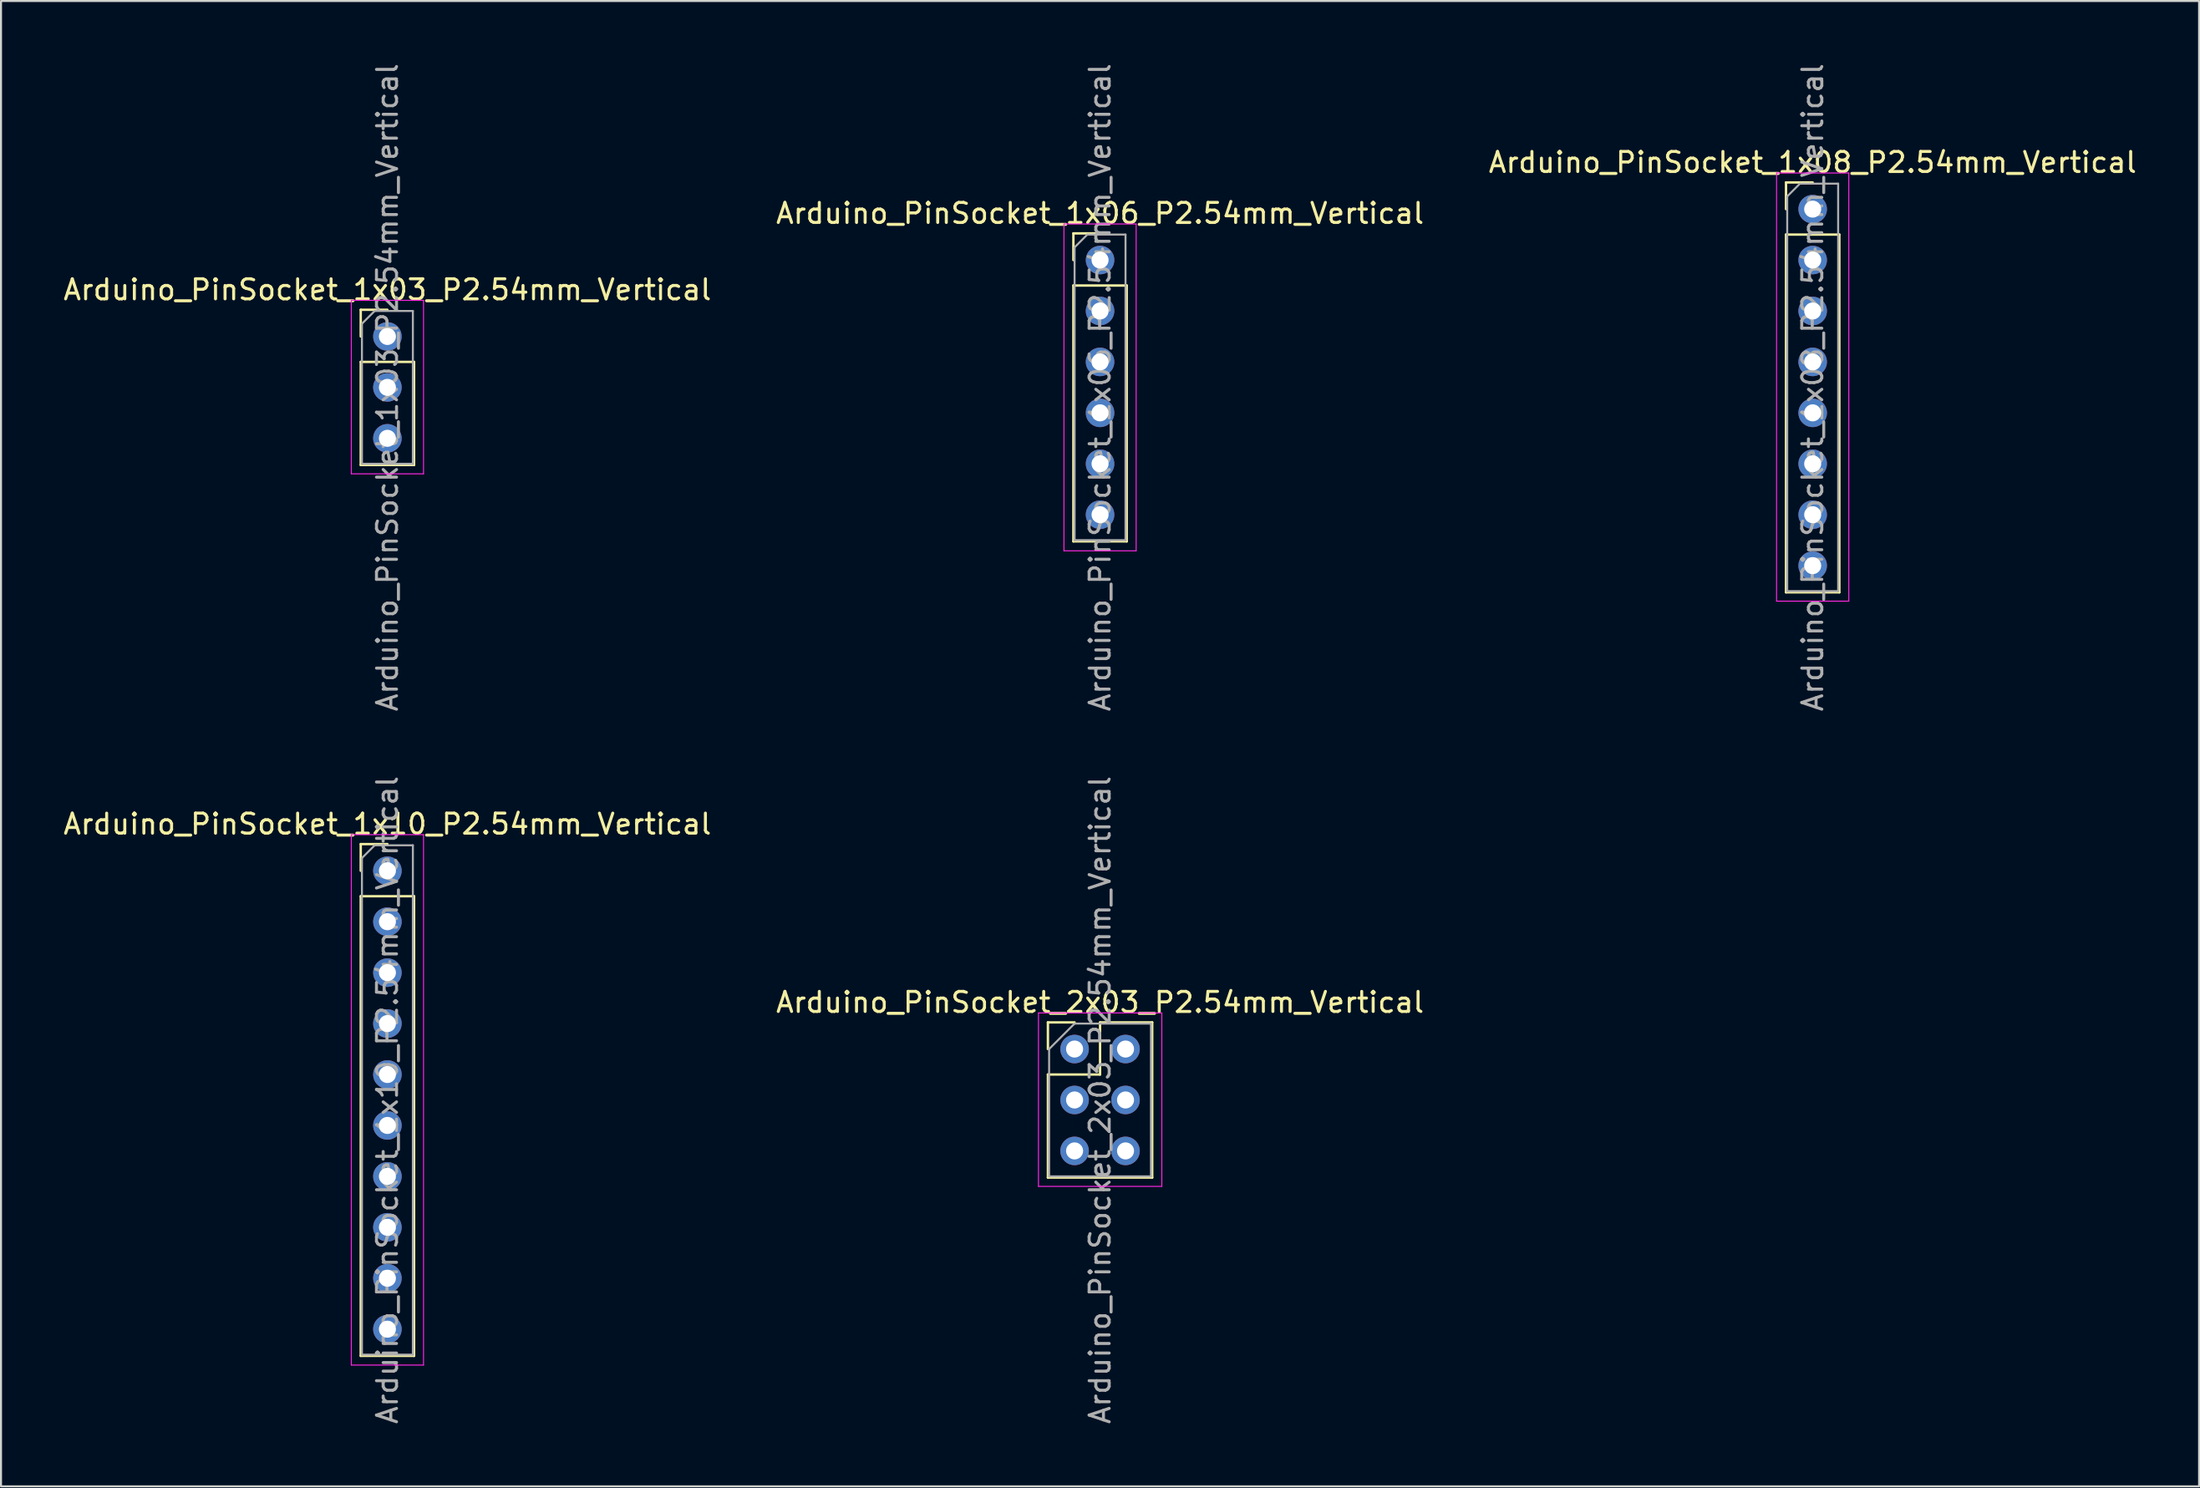
<source format=kicad_pcb>
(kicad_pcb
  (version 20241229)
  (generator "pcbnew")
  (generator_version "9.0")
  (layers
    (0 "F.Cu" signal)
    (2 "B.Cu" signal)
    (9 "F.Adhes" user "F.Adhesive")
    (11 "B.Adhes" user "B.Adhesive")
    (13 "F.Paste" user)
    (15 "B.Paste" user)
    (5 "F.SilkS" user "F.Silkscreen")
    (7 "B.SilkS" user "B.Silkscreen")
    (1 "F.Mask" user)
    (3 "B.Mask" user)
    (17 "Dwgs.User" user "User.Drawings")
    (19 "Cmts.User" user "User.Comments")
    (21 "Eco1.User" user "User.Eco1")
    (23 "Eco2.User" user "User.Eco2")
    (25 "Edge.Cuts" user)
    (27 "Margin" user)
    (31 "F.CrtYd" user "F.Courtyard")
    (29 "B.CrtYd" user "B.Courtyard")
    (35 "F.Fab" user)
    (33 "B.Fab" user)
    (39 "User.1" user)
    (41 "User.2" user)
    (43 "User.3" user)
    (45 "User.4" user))
  (footprint "Arduino_PinSocket_1x10_P2.54mm_Vertical"
    (layer "F.Cu")
    (at 16.268 40.374)
    (property "Reference" "Arduino_PinSocket_1x10_P2.54mm_Vertical" (at 0 -2.33 0) (layer "F.SilkS") (effects (font (size 1 1) (thickness 0.15))))
    (attr through_hole)
    (fp_line (start -1.33 -1.33) (end 0 -1.33) (stroke (width 0.12) (type solid)) (layer "F.SilkS"))
    (fp_line (start -1.33 0) (end -1.33 -1.33) (stroke (width 0.12) (type solid)) (layer "F.SilkS"))
    (fp_line (start -1.33 1.27) (end -1.33 24.19) (stroke (width 0.12) (type solid)) (layer "F.SilkS"))
    (fp_line (start -1.33 1.27) (end 1.33 1.27) (stroke (width 0.12) (type solid)) (layer "F.SilkS"))
    (fp_line (start -1.33 24.19) (end 1.33 24.19) (stroke (width 0.12) (type solid)) (layer "F.SilkS"))
    (fp_line (start 1.33 1.27) (end 1.33 24.19) (stroke (width 0.12) (type solid)) (layer "F.SilkS"))
    (fp_line (start -1.8 -1.8) (end -1.8 24.65) (stroke (width 0.05) (type solid)) (layer "F.CrtYd"))
    (fp_line (start -1.8 24.65) (end 1.8 24.65) (stroke (width 0.05) (type solid)) (layer "F.CrtYd"))
    (fp_line (start 1.8 -1.8) (end -1.8 -1.8) (stroke (width 0.05) (type solid)) (layer "F.CrtYd"))
    (fp_line (start 1.8 24.65) (end 1.8 -1.8) (stroke (width 0.05) (type solid)) (layer "F.CrtYd"))
    (fp_line (start -1.27 -0.635) (end -0.635 -1.27) (stroke (width 0.1) (type solid)) (layer "F.Fab"))
    (fp_line (start -1.27 24.13) (end -1.27 -0.635) (stroke (width 0.1) (type solid)) (layer "F.Fab"))
    (fp_line (start -0.635 -1.27) (end 1.27 -1.27) (stroke (width 0.1) (type solid)) (layer "F.Fab"))
    (fp_line (start 1.27 -1.27) (end 1.27 24.13) (stroke (width 0.1) (type solid)) (layer "F.Fab"))
    (fp_line (start 1.27 24.13) (end -1.27 24.13) (stroke (width 0.1) (type solid)) (layer "F.Fab"))
    (fp_text user "${REFERENCE}" (at 0 11.43 90) (layer "F.Fab") (effects (font (size 1 1) (thickness 0.15))))
    (pad "1" thru_hole circle (at 0 0) (size 1.422 1.422) (drill 0.85) (layers "*.Cu" "*.Mask"))
    (pad "2" thru_hole circle (at 0 2.54) (size 1.422 1.422) (drill 0.85) (layers "*.Cu" "*.Mask"))
    (pad "3" thru_hole circle (at 0 5.08) (size 1.422 1.422) (drill 0.85) (layers "*.Cu" "*.Mask"))
    (pad "4" thru_hole circle (at 0 7.62) (size 1.422 1.422) (drill 0.85) (layers "*.Cu" "*.Mask"))
    (pad "5" thru_hole circle (at 0 10.16) (size 1.422 1.422) (drill 0.85) (layers "*.Cu" "*.Mask"))
    (pad "6" thru_hole circle (at 0 12.7) (size 1.422 1.422) (drill 0.85) (layers "*.Cu" "*.Mask"))
    (pad "7" thru_hole circle (at 0 15.24) (size 1.422 1.422) (drill 0.85) (layers "*.Cu" "*.Mask"))
    (pad "8" thru_hole circle (at 0 17.78) (size 1.422 1.422) (drill 0.85) (layers "*.Cu" "*.Mask"))
    (pad "9" thru_hole circle (at 0 20.32) (size 1.422 1.422) (drill 0.85) (layers "*.Cu" "*.Mask"))
    (pad "10" thru_hole circle (at 0 22.86) (size 1.422 1.422) (drill 0.85) (layers "*.Cu" "*.Mask")))
  (footprint "Arduino_PinSocket_1x08_P2.54mm_Vertical"
    (layer "F.Cu")
    (at 87.339 7.378)
    (property "Reference" "Arduino_PinSocket_1x08_P2.54mm_Vertical" (at 0 -2.33 0) (layer "F.SilkS") (effects (font (size 1 1) (thickness 0.15))))
    (attr through_hole)
    (fp_line (start -1.33 -1.33) (end 0 -1.33) (stroke (width 0.12) (type solid)) (layer "F.SilkS"))
    (fp_line (start -1.33 0) (end -1.33 -1.33) (stroke (width 0.12) (type solid)) (layer "F.SilkS"))
    (fp_line (start -1.33 1.27) (end -1.33 19.11) (stroke (width 0.12) (type solid)) (layer "F.SilkS"))
    (fp_line (start -1.33 1.27) (end 1.33 1.27) (stroke (width 0.12) (type solid)) (layer "F.SilkS"))
    (fp_line (start -1.33 19.11) (end 1.33 19.11) (stroke (width 0.12) (type solid)) (layer "F.SilkS"))
    (fp_line (start 1.33 1.27) (end 1.33 19.11) (stroke (width 0.12) (type solid)) (layer "F.SilkS"))
    (fp_line (start -1.8 -1.8) (end -1.8 19.55) (stroke (width 0.05) (type solid)) (layer "F.CrtYd"))
    (fp_line (start -1.8 19.55) (end 1.8 19.55) (stroke (width 0.05) (type solid)) (layer "F.CrtYd"))
    (fp_line (start 1.8 -1.8) (end -1.8 -1.8) (stroke (width 0.05) (type solid)) (layer "F.CrtYd"))
    (fp_line (start 1.8 19.55) (end 1.8 -1.8) (stroke (width 0.05) (type solid)) (layer "F.CrtYd"))
    (fp_line (start -1.27 -0.635) (end -0.635 -1.27) (stroke (width 0.1) (type solid)) (layer "F.Fab"))
    (fp_line (start -1.27 19.05) (end -1.27 -0.635) (stroke (width 0.1) (type solid)) (layer "F.Fab"))
    (fp_line (start -0.635 -1.27) (end 1.27 -1.27) (stroke (width 0.1) (type solid)) (layer "F.Fab"))
    (fp_line (start 1.27 -1.27) (end 1.27 19.05) (stroke (width 0.1) (type solid)) (layer "F.Fab"))
    (fp_line (start 1.27 19.05) (end -1.27 19.05) (stroke (width 0.1) (type solid)) (layer "F.Fab"))
    (fp_text user "${REFERENCE}" (at 0 8.89 90) (layer "F.Fab") (effects (font (size 1 1) (thickness 0.15))))
    (pad "1" thru_hole circle (at 0 0) (size 1.422 1.422) (drill 0.85) (layers "*.Cu" "*.Mask"))
    (pad "2" thru_hole circle (at 0 2.54) (size 1.422 1.422) (drill 0.85) (layers "*.Cu" "*.Mask"))
    (pad "3" thru_hole circle (at 0 5.08) (size 1.422 1.422) (drill 0.85) (layers "*.Cu" "*.Mask"))
    (pad "4" thru_hole circle (at 0 7.62) (size 1.422 1.422) (drill 0.85) (layers "*.Cu" "*.Mask"))
    (pad "5" thru_hole circle (at 0 10.16) (size 1.422 1.422) (drill 0.85) (layers "*.Cu" "*.Mask"))
    (pad "6" thru_hole circle (at 0 12.7) (size 1.422 1.422) (drill 0.85) (layers "*.Cu" "*.Mask"))
    (pad "7" thru_hole circle (at 0 15.24) (size 1.422 1.422) (drill 0.85) (layers "*.Cu" "*.Mask"))
    (pad "8" thru_hole circle (at 0 17.78) (size 1.422 1.422) (drill 0.85) (layers "*.Cu" "*.Mask")))
  (footprint "Arduino_PinSocket_1x03_P2.54mm_Vertical"
    (layer "F.Cu")
    (at 16.268 13.728)
    (property "Reference" "Arduino_PinSocket_1x03_P2.54mm_Vertical" (at 0 -2.33 0) (layer "F.SilkS") (effects (font (size 1 1) (thickness 0.15))))
    (attr through_hole)
    (fp_line (start -1.33 -1.33) (end 0 -1.33) (stroke (width 0.12) (type solid)) (layer "F.SilkS"))
    (fp_line (start -1.33 0) (end -1.33 -1.33) (stroke (width 0.12) (type solid)) (layer "F.SilkS"))
    (fp_line (start -1.33 1.27) (end -1.33 6.41) (stroke (width 0.12) (type solid)) (layer "F.SilkS"))
    (fp_line (start -1.33 1.27) (end 1.33 1.27) (stroke (width 0.12) (type solid)) (layer "F.SilkS"))
    (fp_line (start -1.33 6.41) (end 1.33 6.41) (stroke (width 0.12) (type solid)) (layer "F.SilkS"))
    (fp_line (start 1.33 1.27) (end 1.33 6.41) (stroke (width 0.12) (type solid)) (layer "F.SilkS"))
    (fp_line (start -1.8 -1.8) (end -1.8 6.85) (stroke (width 0.05) (type solid)) (layer "F.CrtYd"))
    (fp_line (start -1.8 6.85) (end 1.8 6.85) (stroke (width 0.05) (type solid)) (layer "F.CrtYd"))
    (fp_line (start 1.8 -1.8) (end -1.8 -1.8) (stroke (width 0.05) (type solid)) (layer "F.CrtYd"))
    (fp_line (start 1.8 6.85) (end 1.8 -1.8) (stroke (width 0.05) (type solid)) (layer "F.CrtYd"))
    (fp_line (start -1.27 -0.635) (end -0.635 -1.27) (stroke (width 0.1) (type solid)) (layer "F.Fab"))
    (fp_line (start -1.27 6.35) (end -1.27 -0.635) (stroke (width 0.1) (type solid)) (layer "F.Fab"))
    (fp_line (start -0.635 -1.27) (end 1.27 -1.27) (stroke (width 0.1) (type solid)) (layer "F.Fab"))
    (fp_line (start 1.27 -1.27) (end 1.27 6.35) (stroke (width 0.1) (type solid)) (layer "F.Fab"))
    (fp_line (start 1.27 6.35) (end -1.27 6.35) (stroke (width 0.1) (type solid)) (layer "F.Fab"))
    (fp_text user "${REFERENCE}" (at 0 2.54 90) (layer "F.Fab") (effects (font (size 1 1) (thickness 0.15))))
    (pad "1" thru_hole circle (at 0 0) (size 1.422 1.422) (drill 0.85) (layers "*.Cu" "*.Mask"))
    (pad "2" thru_hole circle (at 0 2.54) (size 1.422 1.422) (drill 0.85) (layers "*.Cu" "*.Mask"))
    (pad "3" thru_hole circle (at 0 5.08) (size 1.422 1.422) (drill 0.85) (layers "*.Cu" "*.Mask")))
  (footprint "Arduino_PinSocket_2x03_P2.54mm_Vertical"
    (layer "F.Cu")
    (at 50.534 49.264)
    (property "Reference" "Arduino_PinSocket_2x03_P2.54mm_Vertical" (at 1.27 -2.33 0) (layer "F.SilkS") (effects (font (size 1 1) (thickness 0.15))))
    (attr through_hole)
    (fp_line (start -1.33 -1.33) (end 0 -1.33) (stroke (width 0.12) (type solid)) (layer "F.SilkS"))
    (fp_line (start -1.33 0) (end -1.33 -1.33) (stroke (width 0.12) (type solid)) (layer "F.SilkS"))
    (fp_line (start -1.33 1.27) (end -1.33 6.41) (stroke (width 0.12) (type solid)) (layer "F.SilkS"))
    (fp_line (start -1.33 1.27) (end 1.27 1.27) (stroke (width 0.12) (type solid)) (layer "F.SilkS"))
    (fp_line (start -1.33 6.41) (end 3.87 6.41) (stroke (width 0.12) (type solid)) (layer "F.SilkS"))
    (fp_line (start 1.27 -1.33) (end 3.87 -1.33) (stroke (width 0.12) (type solid)) (layer "F.SilkS"))
    (fp_line (start 1.27 1.27) (end 1.27 -1.33) (stroke (width 0.12) (type solid)) (layer "F.SilkS"))
    (fp_line (start 3.87 -1.33) (end 3.87 6.41) (stroke (width 0.12) (type solid)) (layer "F.SilkS"))
    (fp_line (start -1.8 -1.8) (end -1.8 6.85) (stroke (width 0.05) (type solid)) (layer "F.CrtYd"))
    (fp_line (start -1.8 6.85) (end 4.35 6.85) (stroke (width 0.05) (type solid)) (layer "F.CrtYd"))
    (fp_line (start 4.35 -1.8) (end -1.8 -1.8) (stroke (width 0.05) (type solid)) (layer "F.CrtYd"))
    (fp_line (start 4.35 6.85) (end 4.35 -1.8) (stroke (width 0.05) (type solid)) (layer "F.CrtYd"))
    (fp_line (start -1.27 0) (end 0 -1.27) (stroke (width 0.1) (type solid)) (layer "F.Fab"))
    (fp_line (start -1.27 6.35) (end -1.27 0) (stroke (width 0.1) (type solid)) (layer "F.Fab"))
    (fp_line (start 0 -1.27) (end 3.81 -1.27) (stroke (width 0.1) (type solid)) (layer "F.Fab"))
    (fp_line (start 3.81 -1.27) (end 3.81 6.35) (stroke (width 0.1) (type solid)) (layer "F.Fab"))
    (fp_line (start 3.81 6.35) (end -1.27 6.35) (stroke (width 0.1) (type solid)) (layer "F.Fab"))
    (fp_text user "${REFERENCE}" (at 1.27 2.54 90) (layer "F.Fab") (effects (font (size 1 1) (thickness 0.15))))
    (pad "1" thru_hole circle (at 0 0) (size 1.422 1.422) (drill 0.85) (layers "*.Cu" "*.Mask"))
    (pad "2" thru_hole circle (at 2.54 0) (size 1.422 1.422) (drill 0.85) (layers "*.Cu" "*.Mask"))
    (pad "3" thru_hole circle (at 0 2.54) (size 1.422 1.422) (drill 0.85) (layers "*.Cu" "*.Mask"))
    (pad "4" thru_hole circle (at 2.54 2.54) (size 1.422 1.422) (drill 0.85) (layers "*.Cu" "*.Mask"))
    (pad "5" thru_hole circle (at 0 5.08) (size 1.422 1.422) (drill 0.85) (layers "*.Cu" "*.Mask"))
    (pad "6" thru_hole circle (at 2.54 5.08) (size 1.422 1.422) (drill 0.85) (layers "*.Cu" "*.Mask")))
  (footprint "Arduino_PinSocket_1x06_P2.54mm_Vertical"
    (layer "F.Cu")
    (at 51.804 9.918)
    (property "Reference" "Arduino_PinSocket_1x06_P2.54mm_Vertical" (at 0 -2.33 0) (layer "F.SilkS") (effects (font (size 1 1) (thickness 0.15))))
    (attr through_hole)
    (fp_line (start -1.33 -1.33) (end 0 -1.33) (stroke (width 0.12) (type solid)) (layer "F.SilkS"))
    (fp_line (start -1.33 0) (end -1.33 -1.33) (stroke (width 0.12) (type solid)) (layer "F.SilkS"))
    (fp_line (start -1.33 1.27) (end -1.33 14.03) (stroke (width 0.12) (type solid)) (layer "F.SilkS"))
    (fp_line (start -1.33 1.27) (end 1.33 1.27) (stroke (width 0.12) (type solid)) (layer "F.SilkS"))
    (fp_line (start -1.33 14.03) (end 1.33 14.03) (stroke (width 0.12) (type solid)) (layer "F.SilkS"))
    (fp_line (start 1.33 1.27) (end 1.33 14.03) (stroke (width 0.12) (type solid)) (layer "F.SilkS"))
    (fp_line (start -1.8 -1.8) (end -1.8 14.5) (stroke (width 0.05) (type solid)) (layer "F.CrtYd"))
    (fp_line (start -1.8 14.5) (end 1.8 14.5) (stroke (width 0.05) (type solid)) (layer "F.CrtYd"))
    (fp_line (start 1.8 -1.8) (end -1.8 -1.8) (stroke (width 0.05) (type solid)) (layer "F.CrtYd"))
    (fp_line (start 1.8 14.5) (end 1.8 -1.8) (stroke (width 0.05) (type solid)) (layer "F.CrtYd"))
    (fp_line (start -1.27 -0.635) (end -0.635 -1.27) (stroke (width 0.1) (type solid)) (layer "F.Fab"))
    (fp_line (start -1.27 13.97) (end -1.27 -0.635) (stroke (width 0.1) (type solid)) (layer "F.Fab"))
    (fp_line (start -0.635 -1.27) (end 1.27 -1.27) (stroke (width 0.1) (type solid)) (layer "F.Fab"))
    (fp_line (start 1.27 -1.27) (end 1.27 13.97) (stroke (width 0.1) (type solid)) (layer "F.Fab"))
    (fp_line (start 1.27 13.97) (end -1.27 13.97) (stroke (width 0.1) (type solid)) (layer "F.Fab"))
    (fp_text user "${REFERENCE}" (at 0 6.35 90) (layer "F.Fab") (effects (font (size 1 1) (thickness 0.15))))
    (pad "1" thru_hole circle (at 0 0) (size 1.422 1.422) (drill 0.85) (layers "*.Cu" "*.Mask"))
    (pad "2" thru_hole circle (at 0 2.54) (size 1.422 1.422) (drill 0.85) (layers "*.Cu" "*.Mask"))
    (pad "3" thru_hole circle (at 0 5.08) (size 1.422 1.422) (drill 0.85) (layers "*.Cu" "*.Mask"))
    (pad "4" thru_hole circle (at 0 7.62) (size 1.422 1.422) (drill 0.85) (layers "*.Cu" "*.Mask"))
    (pad "5" thru_hole circle (at 0 10.16) (size 1.422 1.422) (drill 0.85) (layers "*.Cu" "*.Mask"))
    (pad "6" thru_hole circle (at 0 12.7) (size 1.422 1.422) (drill 0.85) (layers "*.Cu" "*.Mask")))
  (gr_rect
    (start -3 -3)
    (end 106.607 71.071)
    (stroke (width 0.1) (type default))
    (fill no)
    (layer "Edge.Cuts")))
</source>
